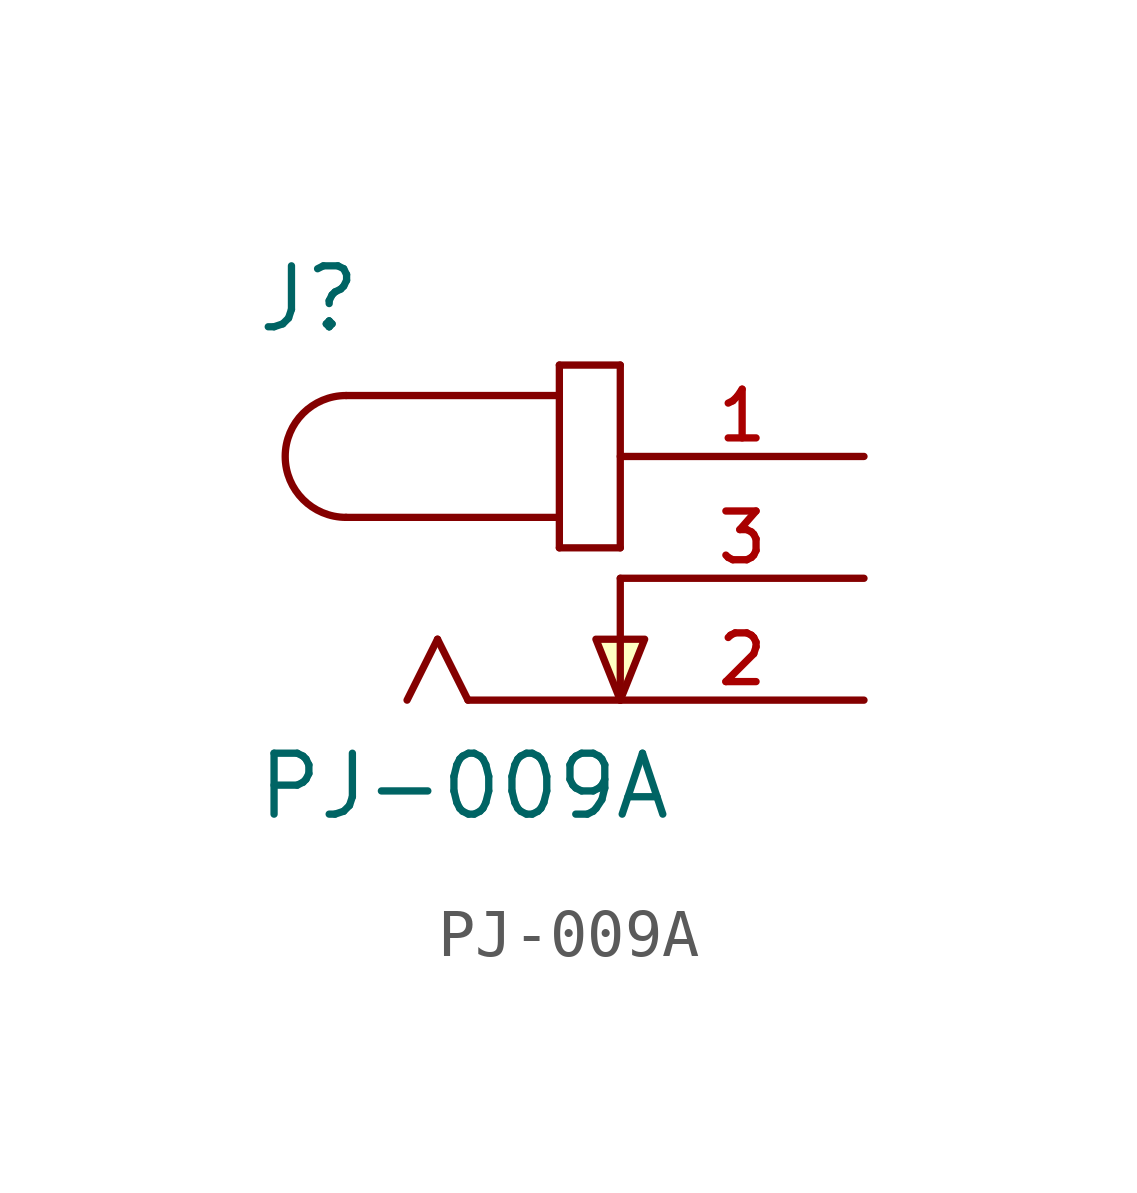
<source format=kicad_sym>
(kicad_symbol_lib
  (version 20211014)
  (generator kicad_symbol_editor)
  (symbol "PJ-009A"
    (pin_names
      (offset 1.016) hide)
    (property "Reference" "J"
      (at -7.62 5.08 0)
      (effects (font (size 1.27 1.27)) (justify left bottom)))
    (property "Value" "PJ-009A"
      (at -7.62 -5.08 0)
      (effects (font (size 1.27 1.27)) (justify left bottom)))
    (property "ki_locked" ""
      (at 0 0 0)
      (effects (font (size 1.27 1.27))))
    (symbol "PJ-009A_0_0"
      (arc (start -5.715 3.81) (mid -6.985 2.54) (end -5.715 1.27) (stroke (width 0.1524) (type default) (color 0 0 0 0)) (fill (type none)))
      (polyline (pts (xy -5.715 3.81) (xy -1.27 3.81)) (stroke (width 0.152) (type default) (color 0 0 0 0)) (fill (type none)))
      (polyline (pts (xy -3.81 -1.27) (xy -4.445 -2.54)) (stroke (width 0.152) (type default) (color 0 0 0 0)) (fill (type none)))
      (polyline (pts (xy -3.175 -2.54) (xy -3.81 -1.27)) (stroke (width 0.152) (type default) (color 0 0 0 0)) (fill (type none)))
      (polyline (pts (xy -1.27 0.635) (xy 0 0.635)) (stroke (width 0.152) (type default) (color 0 0 0 0)) (fill (type none)))
      (polyline (pts (xy -1.27 1.27) (xy -5.715 1.27)) (stroke (width 0.152) (type default) (color 0 0 0 0)) (fill (type none)))
      (polyline (pts (xy -1.27 1.27) (xy -1.27 0.635)) (stroke (width 0.152) (type default) (color 0 0 0 0)) (fill (type none)))
      (polyline (pts (xy -1.27 3.81) (xy -1.27 1.27)) (stroke (width 0.152) (type default) (color 0 0 0 0)) (fill (type none)))
      (polyline (pts (xy -1.27 4.445) (xy -1.27 3.81)) (stroke (width 0.152) (type default) (color 0 0 0 0)) (fill (type none)))
      (polyline (pts (xy 0 -2.54) (xy -3.175 -2.54)) (stroke (width 0.152) (type default) (color 0 0 0 0)) (fill (type none)))
      (polyline (pts (xy 0 0) (xy 0 -2.54)) (stroke (width 0.152) (type default) (color 0 0 0 0)) (fill (type none)))
      (polyline (pts (xy 0 0.635) (xy 0 4.445)) (stroke (width 0.152) (type default) (color 0 0 0 0)) (fill (type none)))
      (polyline (pts (xy 0 4.445) (xy -1.27 4.445)) (stroke (width 0.152) (type default) (color 0 0 0 0)) (fill (type none)))
      (polyline (pts (xy 0 -2.54) (xy -0.508 -1.27) (xy 0.508 -1.27) (xy 0 -2.54)) (stroke (width 0.152) (type default) (color 0 0 0 0)) (fill (type background)))
      (pin passive line (at 5.08 2.54 180) (length 5.08) (name "~" (effects (font (size 1.016 1.016)))) (number "1" (effects (font (size 1.016 1.016)))))
      (pin passive line (at 5.08 -2.54 180) (length 5.08) (name "~" (effects (font (size 1.016 1.016)))) (number "2" (effects (font (size 1.016 1.016)))))
      (pin passive line (at 5.08 0 180) (length 5.08) (name "~" (effects (font (size 1.016 1.016)))) (number "3" (effects (font (size 1.016 1.016))))))))
</source>
